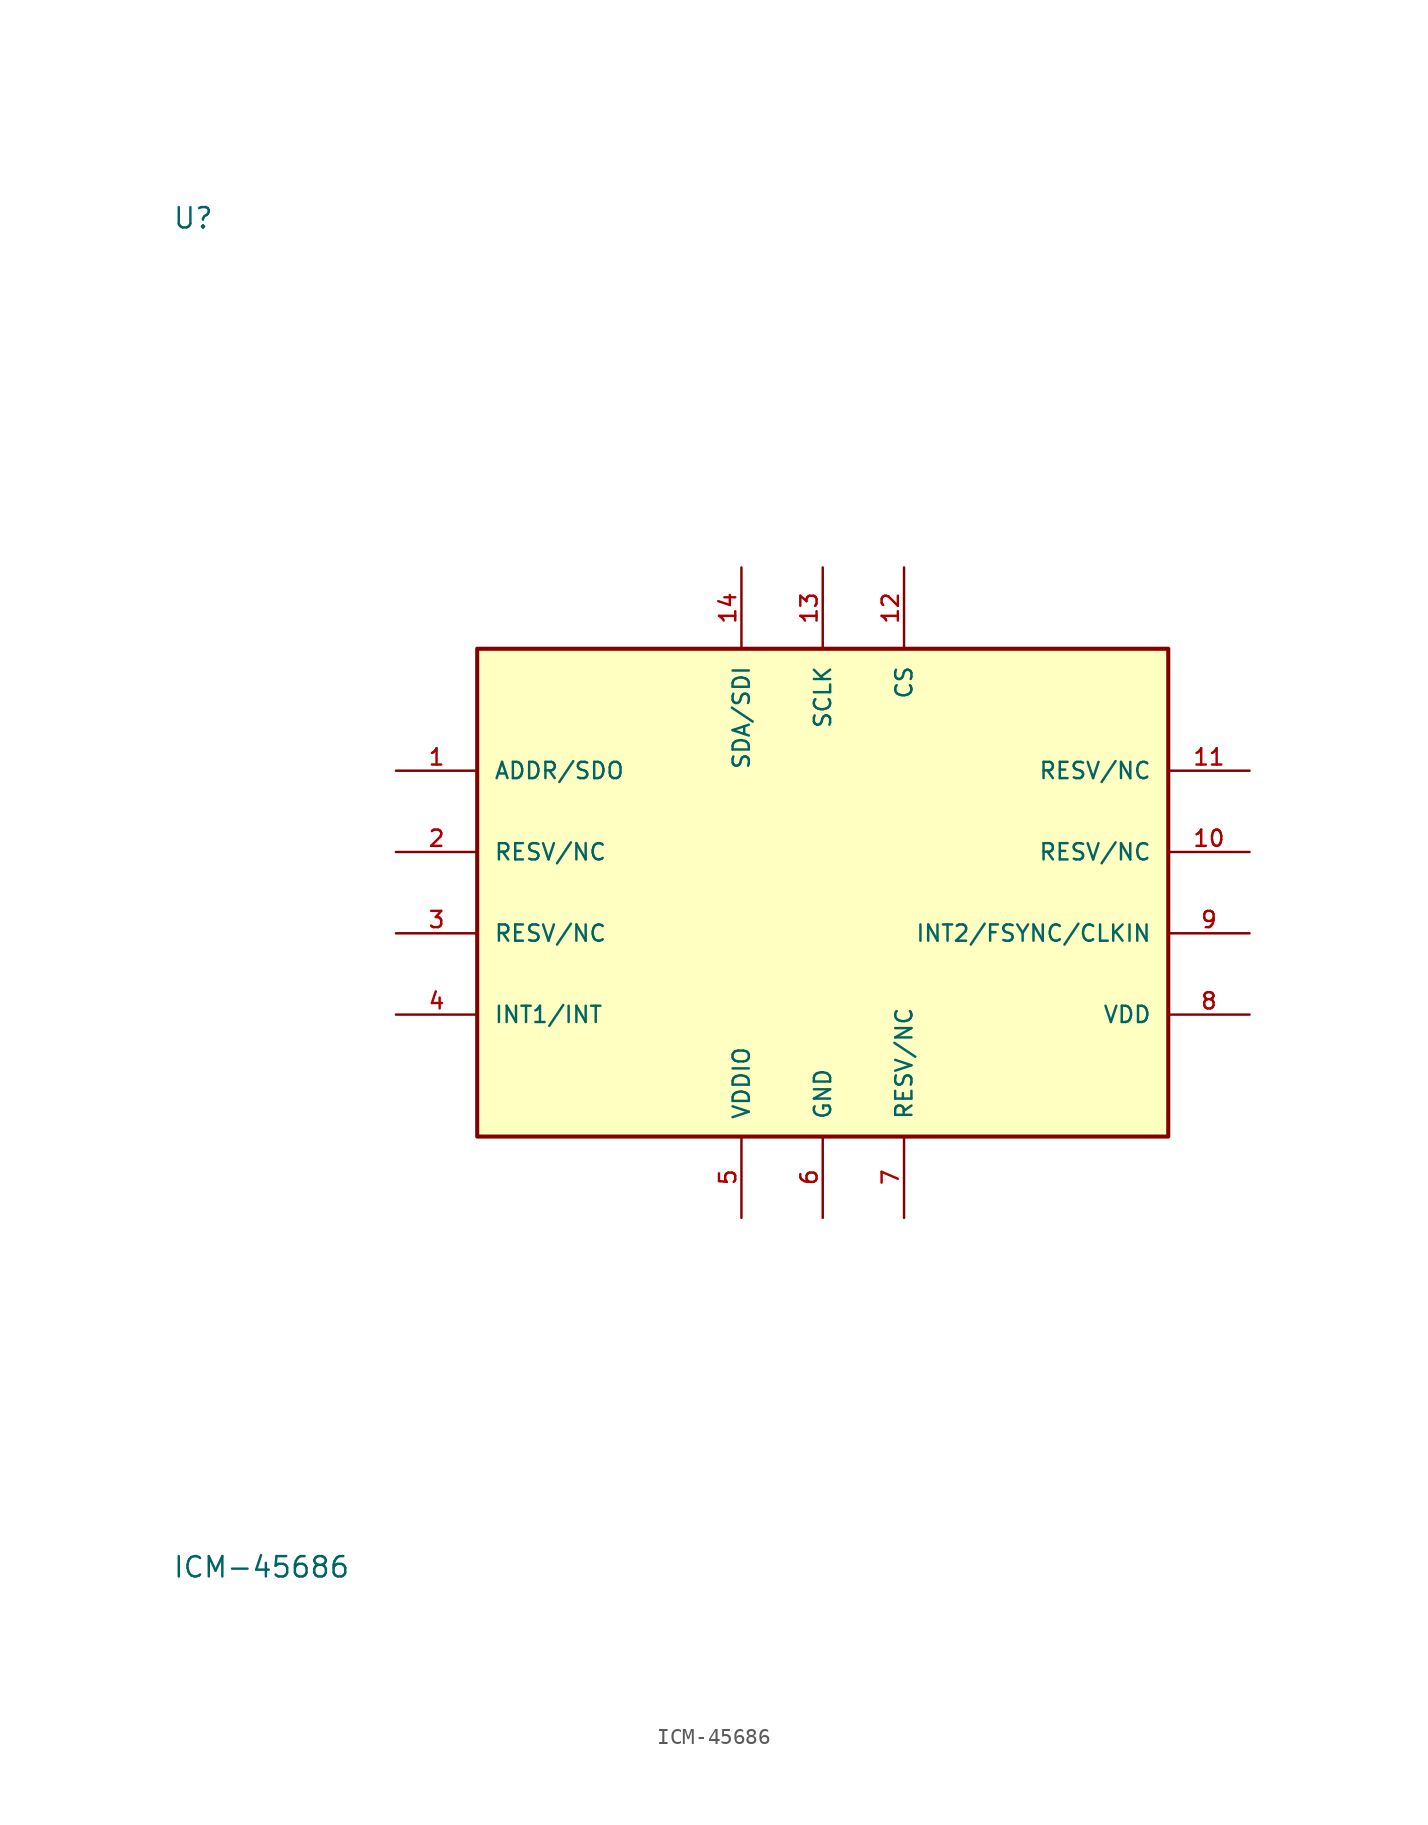
<source format=kicad_sym>
(kicad_symbol_lib
  (version 20241209)
  (generator "kicad_symbol_editor")
  (generator_version "9.0")
  (symbol "ICM-45686"
    (pin_names
      (offset 1.016))
    (property "Reference" "U"
      (at -40.64 41.402 0)
      (effects (font (size 1.27 1.27)) (justify left bottom)))
    (property "Value" "ICM-45686"
      (at -40.64 -41.402 0)
      (effects (font (size 1.27 1.27)) (justify left top)))
    (symbol "ICM-45686_0_0"
      (rectangle (start -21.59 15.24) (end 21.59 -15.24) (stroke (width 0.254) (type default)) (fill (type background)))
      (pin output line (at -26.67 -7.62 0) (length 5.08) (name "INT1/INT" (effects (font (size 1.016 1.016)))) (number "4" (effects (font (size 1.016 1.016)))))
      (pin power_in line (at -5.08 -20.32 90) (length 5.08) (name "VDDIO" (effects (font (size 1.016 1.016)))) (number "5" (effects (font (size 1.016 1.016)))))
      (pin power_in line (at 0 -20.32 90) (length 5.08) (name "GND" (effects (font (size 1.016 1.016)))) (number "6" (effects (font (size 1.016 1.016)))))
      (pin bidirectional line (at 26.67 -2.54 180) (length 5.08) (name "INT2/FSYNC/CLKIN" (effects (font (size 1.016 1.016)))) (number "9" (effects (font (size 1.016 1.016)))))
      (pin power_in line (at 26.67 -7.62 180) (length 5.08) (name "VDD" (effects (font (size 1.016 1.016)))) (number "8" (effects (font (size 1.016 1.016))))))
    (symbol "ICM-45686_1_0"
      (pin bidirectional line (at -26.67 7.62 0) (length 5.08) (name "ADDR/SDO" (effects (font (size 1.016 1.016)))) (number "1" (effects (font (size 1.016 1.016)))))
      (pin bidirectional line (at -26.67 2.54 0) (length 5.08) (name "RESV/NC" (effects (font (size 1.016 1.016)))) (number "2" (effects (font (size 1.016 1.016)))))
      (pin bidirectional line (at -26.67 -2.54 0) (length 5.08) (name "RESV/NC" (effects (font (size 1.016 1.016)))) (number "3" (effects (font (size 1.016 1.016)))))
      (pin bidirectional line (at -5.08 20.32 270) (length 5.08) (name "SDA/SDI" (effects (font (size 1.016 1.016)))) (number "14" (effects (font (size 1.016 1.016)))))
      (pin input line (at 0 20.32 270) (length 5.08) (name "SCLK" (effects (font (size 1.016 1.016)))) (number "13" (effects (font (size 1.016 1.016)))))
      (pin input line (at 5.08 20.32 270) (length 5.08) (name "CS" (effects (font (size 1.016 1.016)))) (number "12" (effects (font (size 1.016 1.016)))))
      (pin passive line (at 5.08 -20.32 90) (length 5.08) (name "RESV/NC" (effects (font (size 1.016 1.016)))) (number "7" (effects (font (size 1.016 1.016)))))
      (pin output line (at 26.67 7.62 180) (length 5.08) (name "RESV/NC" (effects (font (size 1.016 1.016)))) (number "11" (effects (font (size 1.016 1.016)))))
      (pin input line (at 26.67 2.54 180) (length 5.08) (name "RESV/NC" (effects (font (size 1.016 1.016)))) (number "10" (effects (font (size 1.016 1.016))))))))
</source>
